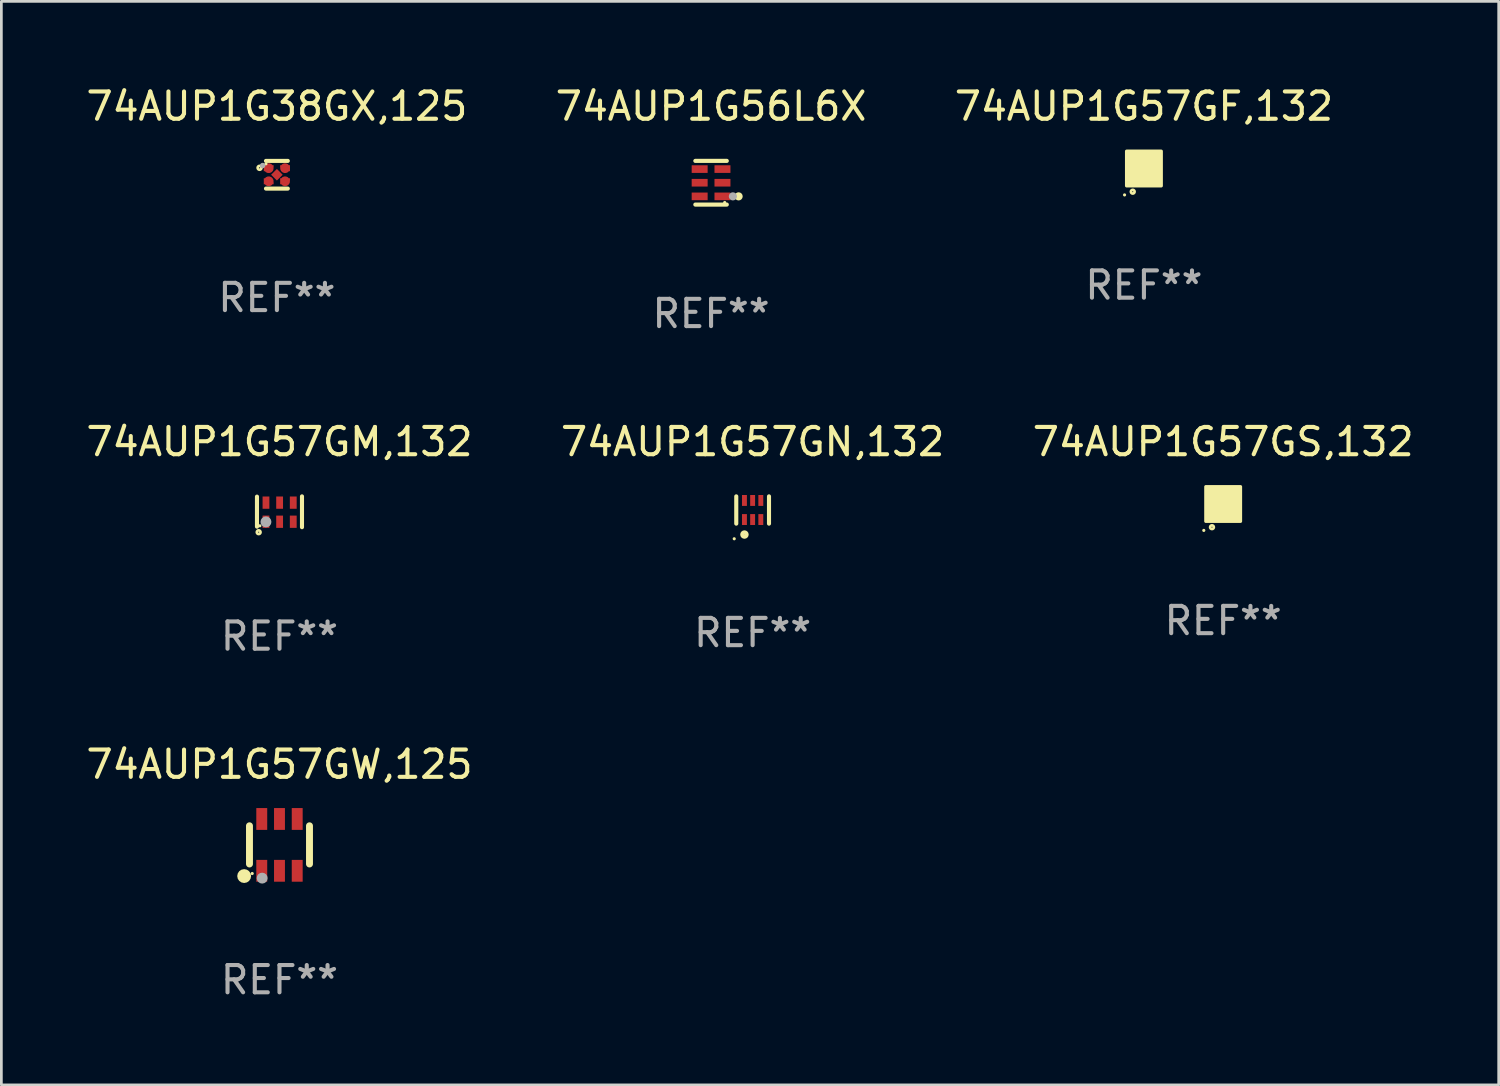
<source format=kicad_pcb>
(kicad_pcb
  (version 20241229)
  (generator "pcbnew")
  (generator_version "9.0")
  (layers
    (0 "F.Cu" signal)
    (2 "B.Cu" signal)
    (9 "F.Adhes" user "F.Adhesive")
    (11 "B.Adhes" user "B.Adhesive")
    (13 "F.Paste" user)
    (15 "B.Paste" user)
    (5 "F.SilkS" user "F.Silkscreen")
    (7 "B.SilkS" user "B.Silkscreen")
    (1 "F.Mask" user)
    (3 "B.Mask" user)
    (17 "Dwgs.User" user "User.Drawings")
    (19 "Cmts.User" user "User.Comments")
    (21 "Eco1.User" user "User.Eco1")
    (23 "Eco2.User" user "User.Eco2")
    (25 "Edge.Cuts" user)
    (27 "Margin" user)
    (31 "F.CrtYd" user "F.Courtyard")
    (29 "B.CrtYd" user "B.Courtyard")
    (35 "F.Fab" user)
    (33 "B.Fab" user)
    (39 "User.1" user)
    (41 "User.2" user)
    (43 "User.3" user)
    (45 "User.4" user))
  (footprint "74AUP1G57GW,125"
    (layer "F.Cu")
    (at 7.196 27.924)
    (property "Reference" "74AUP1G57GW,125" (at 0 -2.95 0) (layer "F.SilkS") (effects (font (size 1 1) (thickness 0.15))))
    (attr through_hole)
    (fp_line (start -1.1 -0.7) (end -1.1 0.7) (stroke (width 0.254) (type solid)) (layer "F.SilkS"))
    (fp_line (start 1.1 -0.7) (end 1.1 0.7) (stroke (width 0.254) (type solid)) (layer "F.SilkS"))
    (fp_circle (center -1.295 1.143) (end -1.168 1.143) (stroke (width 0.254) (type solid)) (fill no) (layer "F.SilkS"))
    (fp_circle (center -1 1.05) (end -0.97 1.05) (stroke (width 0.06) (type solid)) (fill no) (layer "F.SilkS"))
    (fp_circle (center -0.635 1.219) (end -0.535 1.219) (stroke (width 0.2) (type solid)) (fill no) (layer "F.Fab"))
    (fp_text user "REF**" (at 0 4.95 0) (layer "F.Fab") (effects (font (size 1 1) (thickness 0.15))))
    (pad "1" smd rect (at -0.65 0.95) (size 0.4 0.8) (layers "F.Cu" "F.Mask" "F.Paste"))
    (pad "2" smd rect (at 0 0.95) (size 0.4 0.8) (layers "F.Cu" "F.Mask" "F.Paste"))
    (pad "3" smd rect (at 0.65 0.95) (size 0.4 0.8) (layers "F.Cu" "F.Mask" "F.Paste"))
    (pad "4" smd rect (at 0.65 -0.95) (size 0.4 0.8) (layers "F.Cu" "F.Mask" "F.Paste"))
    (pad "5" smd rect (at 0 -0.95) (size 0.4 0.8) (layers "F.Cu" "F.Mask" "F.Paste"))
    (pad "6" smd rect (at -0.65 -0.95) (size 0.4 0.8) (layers "F.Cu" "F.Mask" "F.Paste")))
  (footprint "74AUP1G56L6X"
    (layer "F.Cu")
    (at 23.018 3.649)
    (property "Reference" "74AUP1G56L6X" (at 0 -2.801 0) (layer "F.SilkS") (effects (font (size 1 1) (thickness 0.15))))
    (attr through_hole)
    (fp_line (start 0.576 -0.801) (end -0.576 -0.801) (stroke (width 0.152) (type solid)) (layer "F.SilkS"))
    (fp_line (start 0.576 0.801) (end -0.576 0.801) (stroke (width 0.152) (type solid)) (layer "F.SilkS"))
    (fp_circle (center 0.5 0.725) (end 0.53 0.725) (stroke (width 0.06) (type solid)) (fill no) (layer "F.SilkS"))
    (fp_circle (center 1.01 0.5) (end 1.085 0.5) (stroke (width 0.15) (type solid)) (fill no) (layer "F.SilkS"))
    (fp_circle (center 0.8 0.5) (end 0.875 0.5) (stroke (width 0.15) (type solid)) (fill no) (layer "F.Fab"))
    (fp_text user "REF**" (at 0 4.801 0) (layer "F.Fab") (effects (font (size 1 1) (thickness 0.15))))
    (pad "1" smd rect (at 0.418 0.5 90) (size 0.28 0.585) (layers "F.Cu" "F.Mask" "F.Paste"))
    (pad "2" smd rect (at 0.418 0 90) (size 0.28 0.585) (layers "F.Cu" "F.Mask" "F.Paste"))
    (pad "3" smd rect (at 0.418 -0.5 90) (size 0.28 0.585) (layers "F.Cu" "F.Mask" "F.Paste"))
    (pad "4" smd rect (at -0.418 -0.5 90) (size 0.28 0.585) (layers "F.Cu" "F.Mask" "F.Paste"))
    (pad "5" smd rect (at -0.418 0 90) (size 0.28 0.585) (layers "F.Cu" "F.Mask" "F.Paste"))
    (pad "6" smd rect (at -0.418 0.5 90) (size 0.28 0.585) (layers "F.Cu" "F.Mask" "F.Paste")))
  (footprint "74AUP1G57GS,132"
    (layer "F.Cu")
    (at 41.792 15.427)
    (property "Reference" "74AUP1G57GS,132" (at 0 -2.28 0) (layer "F.SilkS") (effects (font (size 1 1) (thickness 0.15))))
    (attr through_hole)
    (fp_circle (center -0.71 0.968) (end -0.68 0.968) (stroke (width 0.06) (type solid)) (fill no) (layer "F.SilkS"))
    (fp_circle (center -0.41 0.85) (end -0.342 0.85) (stroke (width 0.1) (type solid)) (fill no) (layer "F.SilkS"))
    (fp_poly (pts (xy -0.635 -0.635) (xy 0.635 -0.635) (xy 0.635 0.635) (xy -0.635 0.635)) (stroke (width 0.12) (type solid)) (fill yes) (layer "F.SilkS"))
    (fp_text user "REF**" (at 0 4.28 0) (layer "F.Fab") (effects (font (size 1 1) (thickness 0.15))))
    (pad "1" smd rect (at -0.35 0.28 90) (size 0.35 0.2) (layers "F.Cu" "F.Mask" "F.Paste"))
    (pad "2" smd rect (at 0 0.28 90) (size 0.35 0.2) (layers "F.Cu" "F.Mask" "F.Paste"))
    (pad "3" smd rect (at 0.35 0.28 90) (size 0.35 0.2) (layers "F.Cu" "F.Mask" "F.Paste"))
    (pad "4" smd rect (at 0.35 -0.28 90) (size 0.35 0.2) (layers "F.Cu" "F.Mask" "F.Paste"))
    (pad "5" smd rect (at 0 -0.28 90) (size 0.35 0.2) (layers "F.Cu" "F.Mask" "F.Paste"))
    (pad "6" smd rect (at -0.35 -0.28 90) (size 0.35 0.2) (layers "F.Cu" "F.Mask" "F.Paste")))
  (footprint "74AUP1G57GM,132"
    (layer "F.Cu")
    (at 7.196 15.712)
    (property "Reference" "74AUP1G57GM,132" (at 0 -2.565 0) (layer "F.SilkS") (effects (font (size 1 1) (thickness 0.15))))
    (attr through_hole)
    (fp_line (start -0.825 -0.555) (end -0.825 0.545) (stroke (width 0.15) (type solid)) (layer "F.SilkS"))
    (fp_line (start 0.825 -0.565) (end 0.825 0.565) (stroke (width 0.15) (type solid)) (layer "F.SilkS"))
    (fp_circle (center -0.763 0.749) (end -0.695 0.749) (stroke (width 0.1) (type solid)) (fill no) (layer "F.SilkS"))
    (fp_circle (center -0.72 0.515) (end -0.69 0.515) (stroke (width 0.06) (type solid)) (fill no) (layer "F.SilkS"))
    (fp_circle (center -0.496 0.371) (end -0.396 0.371) (stroke (width 0.2) (type solid)) (fill no) (layer "F.Fab"))
    (fp_text user "REF**" (at 0 4.565 0) (layer "F.Fab") (effects (font (size 1 1) (thickness 0.15))))
    (pad "1" smd rect (at -0.495 0.365) (size 0.25 0.45) (layers "F.Cu" "F.Mask" "F.Paste"))
    (pad "2" smd rect (at 0.005 0.365) (size 0.25 0.45) (layers "F.Cu" "F.Mask" "F.Paste"))
    (pad "3" smd rect (at 0.505 0.365) (size 0.25 0.45) (layers "F.Cu" "F.Mask" "F.Paste"))
    (pad "4" smd rect (at 0.505 -0.335) (size 0.25 0.45) (layers "F.Cu" "F.Mask" "F.Paste"))
    (pad "5" smd rect (at 0.005 -0.335) (size 0.25 0.45) (layers "F.Cu" "F.Mask" "F.Paste"))
    (pad "6" smd rect (at -0.495 -0.335) (size 0.25 0.45) (layers "F.Cu" "F.Mask" "F.Paste")))
  (footprint "74AUP1G38GX,125"
    (layer "F.Cu")
    (at 7.101 3.356)
    (property "Reference" "74AUP1G38GX,125" (at 0 -2.508 0) (layer "F.SilkS") (effects (font (size 1 1) (thickness 0.15))))
    (attr through_hole)
    (fp_line (start 0.4 -0.508) (end -0.4 -0.508) (stroke (width 0.15) (type solid)) (layer "F.SilkS"))
    (fp_line (start 0.4 0.508) (end -0.4 0.508) (stroke (width 0.15) (type solid)) (layer "F.SilkS"))
    (fp_circle (center -0.635 -0.254) (end -0.615 -0.254) (stroke (width 0.1) (type solid)) (fill no) (layer "F.SilkS"))
    (fp_circle (center -0.401 -0.4) (end -0.371 -0.4) (stroke (width 0.06) (type solid)) (fill no) (layer "F.SilkS"))
    (fp_circle (center -0.523 -0.337) (end -0.473 -0.337) (stroke (width 0.1) (type solid)) (fill no) (layer "F.Fab"))
    (fp_text user "REF**" (at 0 4.508 0) (layer "F.Fab") (effects (font (size 1 1) (thickness 0.15))))
    (pad "1" smd custom (at -0.3 -0.24) (size 0.36 0.22) (layers "F.Cu" "F.Mask" "F.Paste") (options (anchor circle)) (primitives (gr_poly (pts (xy -0.18 -0.11) (xy -0.18 0.11) (xy 0.000127 0.11) (xy 0.18 -0.03) (xy 0.18 -0.11) (xy -0.18 -0.11)) (width 0) (fill yes))))
    (pad "2" smd custom (at -0.3 0.24) (size 0.36 0.22) (layers "F.Cu" "F.Mask" "F.Paste") (options (anchor circle)) (primitives (gr_poly (pts (xy -0.18 0.11) (xy -0.18 -0.11) (xy 0.000127 -0.11) (xy 0.18 0.03) (xy 0.18 0.11) (xy -0.18 0.11)) (width 0) (fill yes))))
    (pad "3" smd rect (at 0.000102 -0.000127 45) (size 0.3 0.3) (layers "F.Cu" "F.Mask" "F.Paste"))
    (pad "4" smd custom (at 0.3 0.24 180) (size 0.36 0.22) (layers "F.Cu" "F.Mask" "F.Paste") (options (anchor circle)) (primitives (gr_poly (pts (xy 0.18 0.11) (xy 0.18 -0.11) (xy -0.000178 -0.11) (xy -0.18 0.03) (xy -0.18 0.11) (xy 0.18 0.11)) (width 0) (fill yes))))
    (pad "5" smd custom (at 0.3 -0.24) (size 0.36 0.22) (layers "F.Cu" "F.Mask" "F.Paste") (options (anchor circle)) (primitives (gr_poly (pts (xy 0.18 -0.11) (xy 0.18 0.11) (xy -0.000152 0.11) (xy -0.18 -0.03) (xy -0.18 -0.11) (xy 0.18 -0.11)) (width 0) (fill yes)))))
  (footprint "74AUP1G57GN,132"
    (layer "F.Cu")
    (at 24.542 15.647)
    (property "Reference" "74AUP1G57GN,132" (at 0 -2.5 0) (layer "F.SilkS") (effects (font (size 1 1) (thickness 0.15))))
    (attr through_hole)
    (fp_line (start -0.6 -0.5) (end -0.6 0.5) (stroke (width 0.15) (type solid)) (layer "F.SilkS"))
    (fp_line (start 0.6 0.5) (end 0.6 -0.5) (stroke (width 0.15) (type solid)) (layer "F.SilkS"))
    (fp_circle (center -0.675 1.055) (end -0.645 1.055) (stroke (width 0.06) (type solid)) (fill no) (layer "F.SilkS"))
    (fp_circle (center -0.3 0.9) (end -0.22 0.9) (stroke (width 0.15) (type solid)) (fill no) (layer "F.SilkS"))
    (fp_text user "REF**" (at 0 4.5 0) (layer "F.Fab") (effects (font (size 1 1) (thickness 0.15))))
    (pad "1" smd rect (at -0.3 0.35) (size 0.18 0.4) (layers "F.Cu" "F.Mask" "F.Paste"))
    (pad "2" smd rect (at 0.000025 0.35) (size 0.18 0.4) (layers "F.Cu" "F.Mask" "F.Paste"))
    (pad "3" smd rect (at 0.3 0.35) (size 0.18 0.4) (layers "F.Cu" "F.Mask" "F.Paste"))
    (pad "4" smd rect (at 0.3 -0.35) (size 0.18 0.4) (layers "F.Cu" "F.Mask" "F.Paste"))
    (pad "5" smd rect (at 0.000025 -0.35) (size 0.18 0.4) (layers "F.Cu" "F.Mask" "F.Paste"))
    (pad "6" smd rect (at -0.3 -0.35) (size 0.18 0.4) (layers "F.Cu" "F.Mask" "F.Paste")))
  (footprint "74AUP1G57GF,132"
    (layer "F.Cu")
    (at 38.887 3.128)
    (property "Reference" "74AUP1G57GF,132" (at 0 -2.28 0) (layer "F.SilkS") (effects (font (size 1 1) (thickness 0.15))))
    (attr through_hole)
    (fp_circle (center -0.71 0.968) (end -0.68 0.968) (stroke (width 0.06) (type solid)) (fill no) (layer "F.SilkS"))
    (fp_circle (center -0.41 0.85) (end -0.342 0.85) (stroke (width 0.1) (type solid)) (fill no) (layer "F.SilkS"))
    (fp_poly (pts (xy -0.635 -0.635) (xy 0.635 -0.635) (xy 0.635 0.635) (xy -0.635 0.635)) (stroke (width 0.12) (type solid)) (fill yes) (layer "F.SilkS"))
    (fp_text user "REF**" (at 0 4.28 0) (layer "F.Fab") (effects (font (size 1 1) (thickness 0.15))))
    (pad "1" smd rect (at -0.35 0.28 90) (size 0.35 0.2) (layers "F.Cu" "F.Mask" "F.Paste"))
    (pad "2" smd rect (at 0 0.28 90) (size 0.35 0.2) (layers "F.Cu" "F.Mask" "F.Paste"))
    (pad "3" smd rect (at 0.35 0.28 90) (size 0.35 0.2) (layers "F.Cu" "F.Mask" "F.Paste"))
    (pad "4" smd rect (at 0.35 -0.28 90) (size 0.35 0.2) (layers "F.Cu" "F.Mask" "F.Paste"))
    (pad "5" smd rect (at 0 -0.28 90) (size 0.35 0.2) (layers "F.Cu" "F.Mask" "F.Paste"))
    (pad "6" smd rect (at -0.35 -0.28 90) (size 0.35 0.2) (layers "F.Cu" "F.Mask" "F.Paste")))
  (gr_rect
    (start -3 -3)
    (end 51.893 36.722)
    (stroke (width 0.1) (type default))
    (fill no)
    (layer "Edge.Cuts")))
</source>
